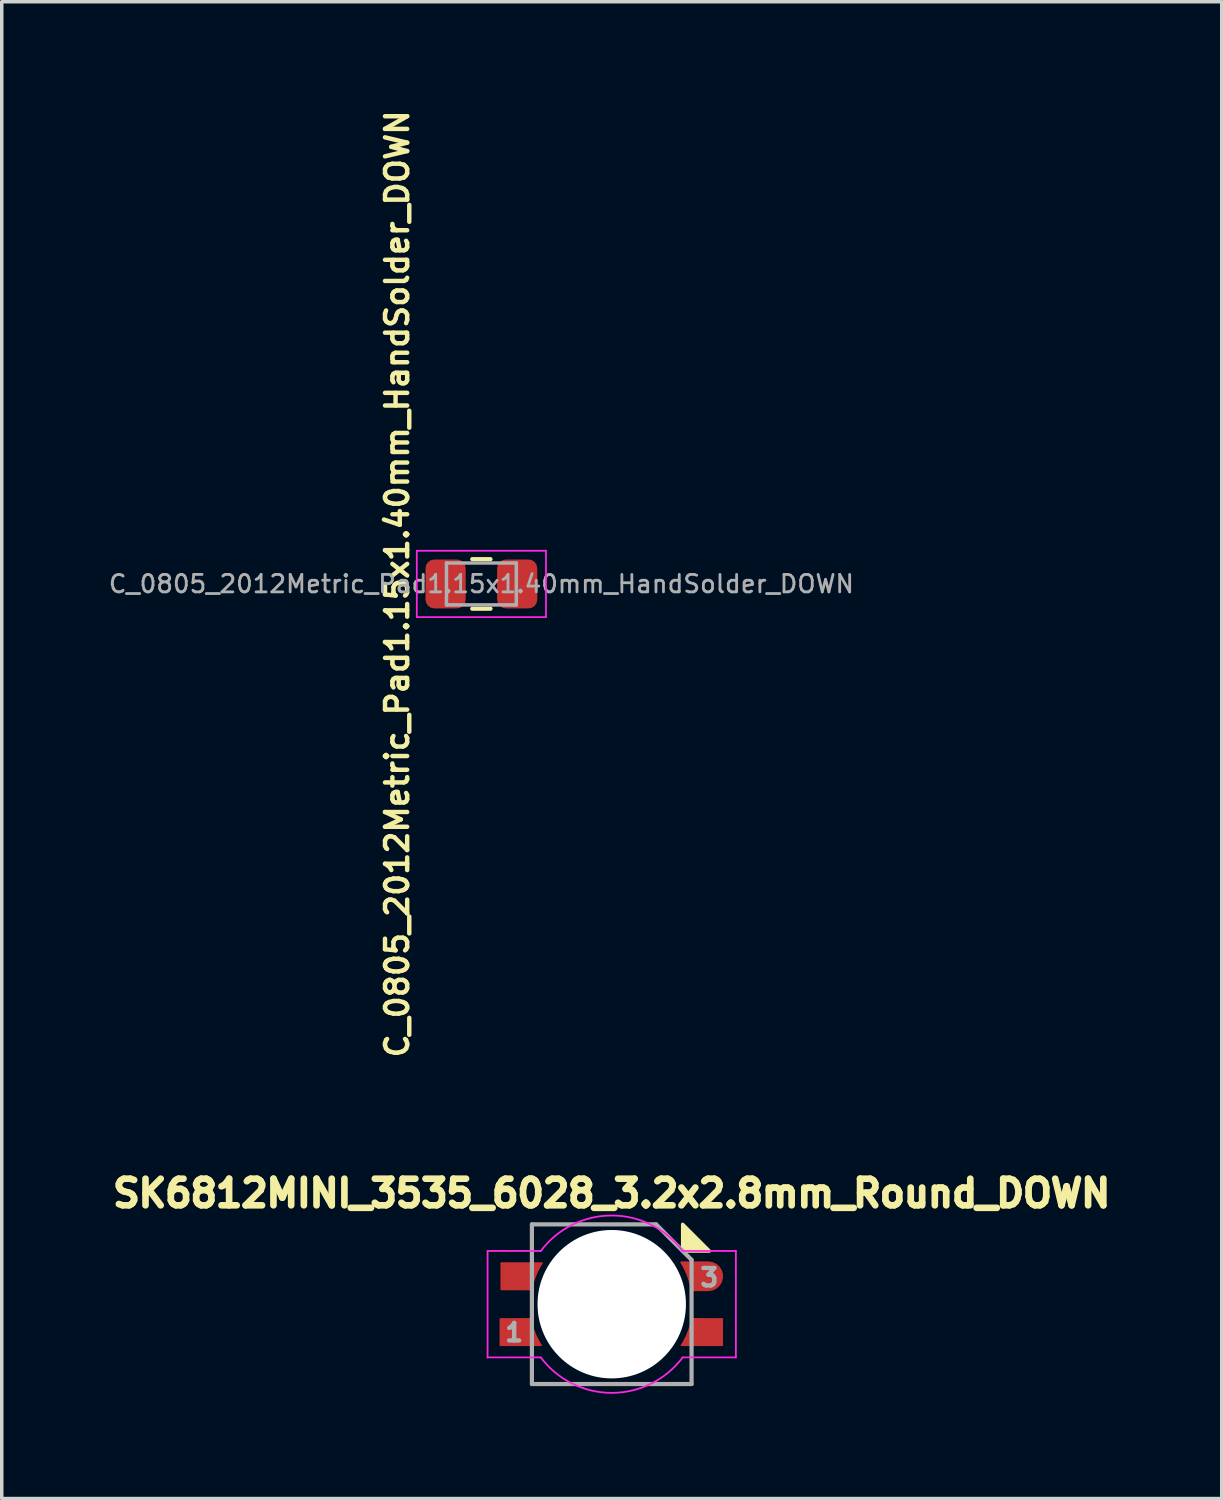
<source format=kicad_pcb>
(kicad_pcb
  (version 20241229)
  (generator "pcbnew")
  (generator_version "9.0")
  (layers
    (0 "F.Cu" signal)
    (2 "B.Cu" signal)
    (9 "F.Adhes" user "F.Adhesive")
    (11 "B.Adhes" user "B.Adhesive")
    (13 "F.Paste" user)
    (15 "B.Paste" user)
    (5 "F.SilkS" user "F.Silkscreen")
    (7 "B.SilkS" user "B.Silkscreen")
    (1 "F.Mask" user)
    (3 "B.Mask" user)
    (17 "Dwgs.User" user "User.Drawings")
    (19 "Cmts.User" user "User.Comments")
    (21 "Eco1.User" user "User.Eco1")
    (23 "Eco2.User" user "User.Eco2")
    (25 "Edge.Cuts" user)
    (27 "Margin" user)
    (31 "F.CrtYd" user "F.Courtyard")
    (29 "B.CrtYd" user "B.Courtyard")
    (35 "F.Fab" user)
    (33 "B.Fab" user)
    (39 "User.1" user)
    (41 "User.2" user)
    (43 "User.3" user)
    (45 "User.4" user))
  (footprint "C_0805_2012Metric_Pad1.15x1.40mm_HandSolder_DOWN"
    (layer "F.Cu")
    (at 10.737 13.674)
    (property "Reference" "C_0805_2012Metric_Pad1.15x1.40mm_HandSolder_DOWN" (at -2.413 0 270) (layer "F.SilkS") (effects (font (size 0.635 0.635) (thickness 0.127))))
    (attr smd)
    (fp_line (start -0.261 -0.71) (end 0.261 -0.71) (stroke (width 0.12) (type solid)) (layer "F.SilkS"))
    (fp_line (start -0.261 0.71) (end 0.261 0.71) (stroke (width 0.12) (type solid)) (layer "F.SilkS"))
    (fp_line (start -1.85 -0.95) (end 1.85 -0.95) (stroke (width 0.05) (type solid)) (layer "F.CrtYd"))
    (fp_line (start -1.85 0.95) (end -1.85 -0.95) (stroke (width 0.05) (type solid)) (layer "F.CrtYd"))
    (fp_line (start 1.85 -0.95) (end 1.85 0.95) (stroke (width 0.05) (type solid)) (layer "F.CrtYd"))
    (fp_line (start 1.85 0.95) (end -1.85 0.95) (stroke (width 0.05) (type solid)) (layer "F.CrtYd"))
    (fp_line (start -1 -0.6) (end 1 -0.6) (stroke (width 0.1) (type solid)) (layer "F.Fab"))
    (fp_line (start -1 0.6) (end -1 -0.6) (stroke (width 0.1) (type solid)) (layer "F.Fab"))
    (fp_line (start 1 -0.6) (end 1 0.6) (stroke (width 0.1) (type solid)) (layer "F.Fab"))
    (fp_line (start 1 0.6) (end -1 0.6) (stroke (width 0.1) (type solid)) (layer "F.Fab"))
    (fp_text user "${REFERENCE}" (at 0 0 0) (layer "F.Fab") (effects (font (size 0.5 0.5) (thickness 0.08))))
    (pad "1" smd roundrect (at -1.025 0) (size 1.15 1.4) (layers "F.Cu" "F.Mask" "F.Paste") (roundrect_rratio 0.217))
    (pad "2" smd roundrect (at 1.025 0) (size 1.15 1.4) (layers "F.Cu" "F.Mask" "F.Paste") (roundrect_rratio 0.217)))
  (footprint "SK6812MINI_3535_6028_3.2x2.8mm_Round_DOWN"
    (layer "F.Cu")
    (at 14.47 34.302)
    (property "Reference" "SK6812MINI_3535_6028_3.2x2.8mm_Round_DOWN" (at 0 -3.175 0) (layer "F.SilkS") (effects (font (size 0.762 0.762) (thickness 0.191))))
    (attr smd)
    (fp_poly (pts (xy 2.794 -1.524) (xy 2.032 -1.524) (xy 2.032 -2.286)) (stroke (width 0.1) (type solid)) (fill yes) (layer "F.SilkS"))
    (fp_line (start -3.556 -1.524) (end -3.556 1.524) (stroke (width 0.051) (type solid)) (layer "F.CrtYd"))
    (fp_line (start -3.556 1.524) (end -2.032 1.524) (stroke (width 0.051) (type solid)) (layer "F.CrtYd"))
    (fp_line (start -2.032 -1.524) (end -3.556 -1.524) (stroke (width 0.051) (type solid)) (layer "F.CrtYd"))
    (fp_line (start 2.032 1.524) (end 3.556 1.524) (stroke (width 0.051) (type solid)) (layer "F.CrtYd"))
    (fp_line (start 3.556 -1.524) (end 2.032 -1.524) (stroke (width 0.051) (type solid)) (layer "F.CrtYd"))
    (fp_line (start 3.556 1.524) (end 3.556 -1.524) (stroke (width 0.051) (type solid)) (layer "F.CrtYd"))
    (fp_arc (start -2.033058 -1.522587) (mid -0.000883 -2.539999) (end 2.031999 -1.524) (stroke (width 0.0508) (type solid)) (layer "F.CrtYd"))
    (fp_arc (start 2.033058 1.522588) (mid 0.000882 2.54) (end -2.032 1.524) (stroke (width 0.0508) (type solid)) (layer "F.CrtYd"))
    (fp_line (start -2.286 -2.286) (end 1.27 -2.286) (stroke (width 0.12) (type solid)) (layer "F.Fab"))
    (fp_line (start -2.286 2.286) (end -2.286 -2.286) (stroke (width 0.12) (type solid)) (layer "F.Fab"))
    (fp_line (start 1.27 -2.286) (end 2.286 -1.27) (stroke (width 0.12) (type solid)) (layer "F.Fab"))
    (fp_line (start 2.286 -1.27) (end 2.286 2.286) (stroke (width 0.12) (type solid)) (layer "F.Fab"))
    (fp_line (start 2.286 2.286) (end -2.286 2.286) (stroke (width 0.12) (type solid)) (layer "F.Fab"))
    (fp_text user "3" (at 2.794 -0.762 0) (layer "F.Fab") (effects (font (size 0.5 0.5) (thickness 0.125))))
    (fp_text user "1" (at -2.794 0.813 0) (layer "F.Fab") (effects (font (size 0.5 0.5) (thickness 0.125))))
    (pad "" np_thru_hole circle (at 0 0 180) (size 4.25 4.25) (drill 4.25) (layers "*.Cu" "*.Mask"))
    (pad "1" smd custom (at -2.667 0.8 180) (size 0.5 0.5) (layers "F.Cu" "F.Mask" "F.Paste") (options (anchor circle)) (primitives (gr_arc (start -0.65 -0.38) (mid -0.461984 -0.014048) (end -0.346215 0.380753) (width 0.04)) (gr_line (start 0.525 0.38) (end -0.346 0.383) (width 0.04)) (gr_line (start 0.525 0.38) (end 0.525 -0.38) (width 0.04)) (gr_poly (pts (xy -0.325 0.375) (xy 0.525 0.375) (xy 0.525 -0.375) (xy -0.625 -0.375) (xy -0.425 0.025)) (width 0.04) (fill yes)) (gr_line (start 0.525 -0.38) (end -0.65 -0.38) (width 0.04))))
    (pad "2" smd custom (at -2.642 -0.8 180) (size 0.5 0.5) (layers "F.Cu" "F.Mask" "F.Paste") (options (anchor circle)) (primitives (gr_arc (start -0.346215 -0.380753) (mid -0.461984 0.014048) (end -0.65 0.38) (width 0.04)) (gr_line (start 0.525 -0.38) (end -0.346 -0.383) (width 0.04)) (gr_line (start 0.525 -0.38) (end 0.525 0.38) (width 0.04)) (gr_poly (pts (xy -0.325 -0.375) (xy 0.525 -0.375) (xy 0.525 0.375) (xy -0.625 0.375) (xy -0.425 -0.025)) (width 0.04) (fill yes)) (gr_line (start 0.525 0.38) (end -0.65 0.38) (width 0.04))))
    (pad "3" smd custom (at 2.565 -0.8) (size 0.5 0.5) (layers "F.Cu" "F.Mask" "F.Paste") (options (anchor circle)) (primitives (gr_poly (pts (xy -0.55 -0.4) (xy -0.45 -0.2) (xy -0.35 0.025) (xy -0.3 0.25) (xy -0.25 0.4) (xy 0.175 0.4) (xy 0.175 -0.4)) (width 0.04) (fill yes)) (gr_line (start -0.575 -0.4) (end 0.2 -0.4) (width 0.05)) (gr_arc (start -0.575704 -0.399073) (mid -0.388113 -0.01355) (end -0.275001 0.4) (width 0.05)) (gr_arc (start 0.2 -0.4) (mid 0.6 0) (end 0.2 0.4) (width 0.05)) (gr_circle (center 0.2 0) (end 0.4 0) (width 0.4) (fill no)) (gr_line (start -0.275 0.4) (end 0.2 0.4) (width 0.05))))
    (pad "4" smd custom (at 2.642 0.8) (size 0.5 0.5) (layers "F.Cu" "F.Mask" "F.Paste") (options (anchor circle)) (primitives (gr_arc (start -0.346215 -0.380753) (mid -0.461984 0.014048) (end -0.65 0.38) (width 0.04)) (gr_line (start 0.525 -0.38) (end -0.346 -0.383) (width 0.04)) (gr_line (start 0.525 -0.38) (end 0.525 0.38) (width 0.04)) (gr_poly (pts (xy -0.325 -0.375) (xy 0.525 -0.375) (xy 0.525 0.375) (xy -0.625 0.375) (xy -0.425 -0.025)) (width 0.04) (fill yes)) (gr_line (start 0.525 0.38) (end -0.65 0.38) (width 0.04)))))
  (gr_rect
    (start -3 -3)
    (end 31.94 39.868)
    (stroke (width 0.1) (type default))
    (fill no)
    (layer "Edge.Cuts")))
</source>
